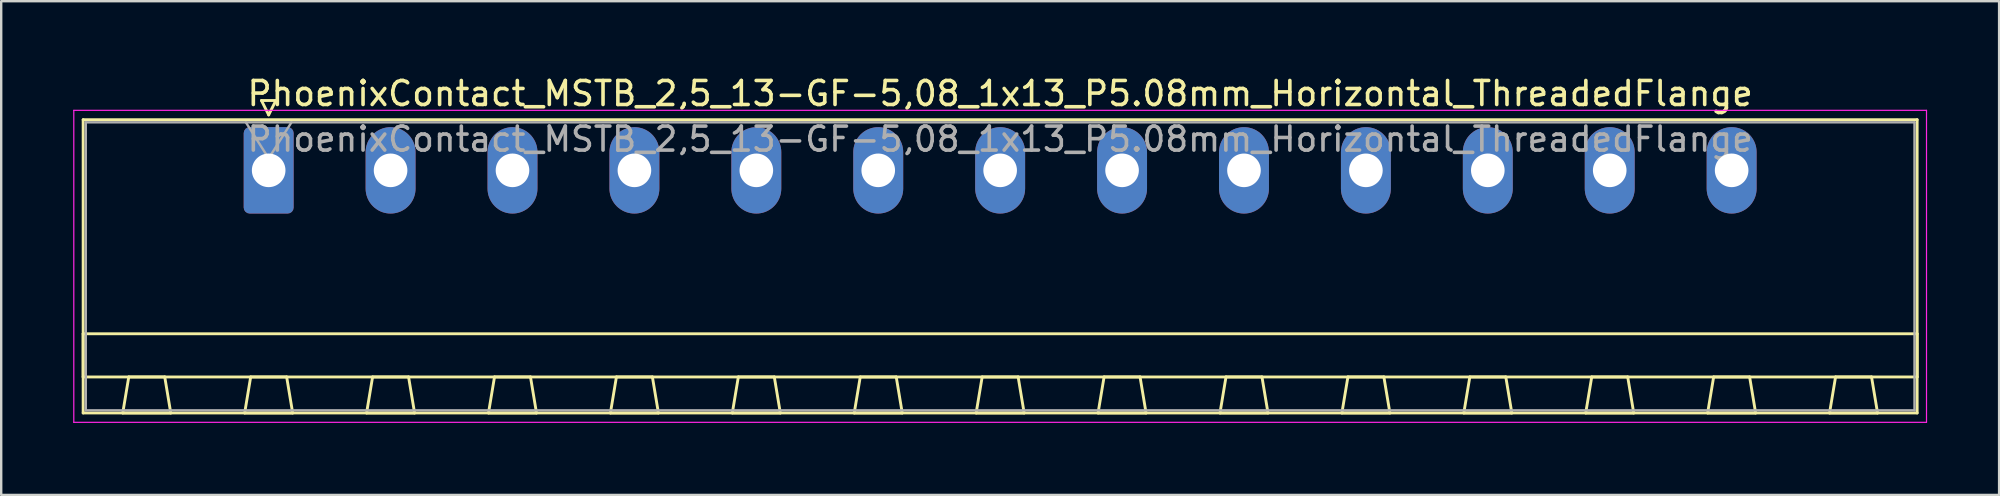
<source format=kicad_pcb>
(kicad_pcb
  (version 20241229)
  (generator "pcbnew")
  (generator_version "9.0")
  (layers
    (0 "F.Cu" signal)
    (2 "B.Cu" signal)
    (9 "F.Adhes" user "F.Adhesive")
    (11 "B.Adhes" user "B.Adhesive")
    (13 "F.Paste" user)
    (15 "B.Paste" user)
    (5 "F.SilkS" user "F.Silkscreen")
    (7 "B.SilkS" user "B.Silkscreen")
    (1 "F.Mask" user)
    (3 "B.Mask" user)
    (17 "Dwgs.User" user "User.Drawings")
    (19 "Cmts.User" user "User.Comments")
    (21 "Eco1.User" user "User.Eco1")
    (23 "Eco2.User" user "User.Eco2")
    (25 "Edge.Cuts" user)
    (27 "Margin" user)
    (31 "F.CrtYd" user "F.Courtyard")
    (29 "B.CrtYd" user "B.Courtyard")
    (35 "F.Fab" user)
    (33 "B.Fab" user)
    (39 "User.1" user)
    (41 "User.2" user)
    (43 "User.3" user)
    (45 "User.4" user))
  (footprint "PhoenixContact_MSTB_2,5_13-GF-5,08_1x13_P5.08mm_Horizontal_ThreadedFlange"
    (layer "F.Cu")
    (at 8.145 4.048)
    (property "Reference" "PhoenixContact_MSTB_2,5_13-GF-5,08_1x13_P5.08mm_Horizontal_ThreadedFlange" (at 30.48 -3.2 0) (layer "F.SilkS") (effects (font (size 1 1) (thickness 0.15))))
    (attr through_hole)
    (fp_line (start -7.73 -2.11) (end -7.73 10.11) (stroke (width 0.12) (type solid)) (layer "F.SilkS"))
    (fp_line (start -7.73 6.81) (end 68.69 6.81) (stroke (width 0.12) (type solid)) (layer "F.SilkS"))
    (fp_line (start -7.73 8.61) (end -7.73 6.81) (stroke (width 0.12) (type solid)) (layer "F.SilkS"))
    (fp_line (start -7.73 10.11) (end 68.69 10.11) (stroke (width 0.12) (type solid)) (layer "F.SilkS"))
    (fp_line (start -6.08 10.11) (end -4.08 10.11) (stroke (width 0.12) (type solid)) (layer "F.SilkS"))
    (fp_line (start -5.83 8.61) (end -6.08 10.11) (stroke (width 0.12) (type solid)) (layer "F.SilkS"))
    (fp_line (start -4.33 8.61) (end -5.83 8.61) (stroke (width 0.12) (type solid)) (layer "F.SilkS"))
    (fp_line (start -4.08 10.11) (end -4.33 8.61) (stroke (width 0.12) (type solid)) (layer "F.SilkS"))
    (fp_line (start -1 10.11) (end 1 10.11) (stroke (width 0.12) (type solid)) (layer "F.SilkS"))
    (fp_line (start -0.75 8.61) (end -1 10.11) (stroke (width 0.12) (type solid)) (layer "F.SilkS"))
    (fp_line (start -0.3 -2.91) (end 0.3 -2.91) (stroke (width 0.12) (type solid)) (layer "F.SilkS"))
    (fp_line (start 0 -2.31) (end -0.3 -2.91) (stroke (width 0.12) (type solid)) (layer "F.SilkS"))
    (fp_line (start 0.3 -2.91) (end 0 -2.31) (stroke (width 0.12) (type solid)) (layer "F.SilkS"))
    (fp_line (start 0.75 8.61) (end -0.75 8.61) (stroke (width 0.12) (type solid)) (layer "F.SilkS"))
    (fp_line (start 1 10.11) (end 0.75 8.61) (stroke (width 0.12) (type solid)) (layer "F.SilkS"))
    (fp_line (start 4.08 10.11) (end 6.08 10.11) (stroke (width 0.12) (type solid)) (layer "F.SilkS"))
    (fp_line (start 4.33 8.61) (end 4.08 10.11) (stroke (width 0.12) (type solid)) (layer "F.SilkS"))
    (fp_line (start 5.83 8.61) (end 4.33 8.61) (stroke (width 0.12) (type solid)) (layer "F.SilkS"))
    (fp_line (start 6.08 10.11) (end 5.83 8.61) (stroke (width 0.12) (type solid)) (layer "F.SilkS"))
    (fp_line (start 9.16 10.11) (end 11.16 10.11) (stroke (width 0.12) (type solid)) (layer "F.SilkS"))
    (fp_line (start 9.41 8.61) (end 9.16 10.11) (stroke (width 0.12) (type solid)) (layer "F.SilkS"))
    (fp_line (start 10.91 8.61) (end 9.41 8.61) (stroke (width 0.12) (type solid)) (layer "F.SilkS"))
    (fp_line (start 11.16 10.11) (end 10.91 8.61) (stroke (width 0.12) (type solid)) (layer "F.SilkS"))
    (fp_line (start 14.24 10.11) (end 16.24 10.11) (stroke (width 0.12) (type solid)) (layer "F.SilkS"))
    (fp_line (start 14.49 8.61) (end 14.24 10.11) (stroke (width 0.12) (type solid)) (layer "F.SilkS"))
    (fp_line (start 15.99 8.61) (end 14.49 8.61) (stroke (width 0.12) (type solid)) (layer "F.SilkS"))
    (fp_line (start 16.24 10.11) (end 15.99 8.61) (stroke (width 0.12) (type solid)) (layer "F.SilkS"))
    (fp_line (start 19.32 10.11) (end 21.32 10.11) (stroke (width 0.12) (type solid)) (layer "F.SilkS"))
    (fp_line (start 19.57 8.61) (end 19.32 10.11) (stroke (width 0.12) (type solid)) (layer "F.SilkS"))
    (fp_line (start 21.07 8.61) (end 19.57 8.61) (stroke (width 0.12) (type solid)) (layer "F.SilkS"))
    (fp_line (start 21.32 10.11) (end 21.07 8.61) (stroke (width 0.12) (type solid)) (layer "F.SilkS"))
    (fp_line (start 24.4 10.11) (end 26.4 10.11) (stroke (width 0.12) (type solid)) (layer "F.SilkS"))
    (fp_line (start 24.65 8.61) (end 24.4 10.11) (stroke (width 0.12) (type solid)) (layer "F.SilkS"))
    (fp_line (start 26.15 8.61) (end 24.65 8.61) (stroke (width 0.12) (type solid)) (layer "F.SilkS"))
    (fp_line (start 26.4 10.11) (end 26.15 8.61) (stroke (width 0.12) (type solid)) (layer "F.SilkS"))
    (fp_line (start 29.48 10.11) (end 31.48 10.11) (stroke (width 0.12) (type solid)) (layer "F.SilkS"))
    (fp_line (start 29.73 8.61) (end 29.48 10.11) (stroke (width 0.12) (type solid)) (layer "F.SilkS"))
    (fp_line (start 31.23 8.61) (end 29.73 8.61) (stroke (width 0.12) (type solid)) (layer "F.SilkS"))
    (fp_line (start 31.48 10.11) (end 31.23 8.61) (stroke (width 0.12) (type solid)) (layer "F.SilkS"))
    (fp_line (start 34.56 10.11) (end 36.56 10.11) (stroke (width 0.12) (type solid)) (layer "F.SilkS"))
    (fp_line (start 34.81 8.61) (end 34.56 10.11) (stroke (width 0.12) (type solid)) (layer "F.SilkS"))
    (fp_line (start 36.31 8.61) (end 34.81 8.61) (stroke (width 0.12) (type solid)) (layer "F.SilkS"))
    (fp_line (start 36.56 10.11) (end 36.31 8.61) (stroke (width 0.12) (type solid)) (layer "F.SilkS"))
    (fp_line (start 39.64 10.11) (end 41.64 10.11) (stroke (width 0.12) (type solid)) (layer "F.SilkS"))
    (fp_line (start 39.89 8.61) (end 39.64 10.11) (stroke (width 0.12) (type solid)) (layer "F.SilkS"))
    (fp_line (start 41.39 8.61) (end 39.89 8.61) (stroke (width 0.12) (type solid)) (layer "F.SilkS"))
    (fp_line (start 41.64 10.11) (end 41.39 8.61) (stroke (width 0.12) (type solid)) (layer "F.SilkS"))
    (fp_line (start 44.72 10.11) (end 46.72 10.11) (stroke (width 0.12) (type solid)) (layer "F.SilkS"))
    (fp_line (start 44.97 8.61) (end 44.72 10.11) (stroke (width 0.12) (type solid)) (layer "F.SilkS"))
    (fp_line (start 46.47 8.61) (end 44.97 8.61) (stroke (width 0.12) (type solid)) (layer "F.SilkS"))
    (fp_line (start 46.72 10.11) (end 46.47 8.61) (stroke (width 0.12) (type solid)) (layer "F.SilkS"))
    (fp_line (start 49.8 10.11) (end 51.8 10.11) (stroke (width 0.12) (type solid)) (layer "F.SilkS"))
    (fp_line (start 50.05 8.61) (end 49.8 10.11) (stroke (width 0.12) (type solid)) (layer "F.SilkS"))
    (fp_line (start 51.55 8.61) (end 50.05 8.61) (stroke (width 0.12) (type solid)) (layer "F.SilkS"))
    (fp_line (start 51.8 10.11) (end 51.55 8.61) (stroke (width 0.12) (type solid)) (layer "F.SilkS"))
    (fp_line (start 54.88 10.11) (end 56.88 10.11) (stroke (width 0.12) (type solid)) (layer "F.SilkS"))
    (fp_line (start 55.13 8.61) (end 54.88 10.11) (stroke (width 0.12) (type solid)) (layer "F.SilkS"))
    (fp_line (start 56.63 8.61) (end 55.13 8.61) (stroke (width 0.12) (type solid)) (layer "F.SilkS"))
    (fp_line (start 56.88 10.11) (end 56.63 8.61) (stroke (width 0.12) (type solid)) (layer "F.SilkS"))
    (fp_line (start 59.96 10.11) (end 61.96 10.11) (stroke (width 0.12) (type solid)) (layer "F.SilkS"))
    (fp_line (start 60.21 8.61) (end 59.96 10.11) (stroke (width 0.12) (type solid)) (layer "F.SilkS"))
    (fp_line (start 61.71 8.61) (end 60.21 8.61) (stroke (width 0.12) (type solid)) (layer "F.SilkS"))
    (fp_line (start 61.96 10.11) (end 61.71 8.61) (stroke (width 0.12) (type solid)) (layer "F.SilkS"))
    (fp_line (start 65.04 10.11) (end 67.04 10.11) (stroke (width 0.12) (type solid)) (layer "F.SilkS"))
    (fp_line (start 65.29 8.61) (end 65.04 10.11) (stroke (width 0.12) (type solid)) (layer "F.SilkS"))
    (fp_line (start 66.79 8.61) (end 65.29 8.61) (stroke (width 0.12) (type solid)) (layer "F.SilkS"))
    (fp_line (start 67.04 10.11) (end 66.79 8.61) (stroke (width 0.12) (type solid)) (layer "F.SilkS"))
    (fp_line (start 68.69 -2.11) (end -7.73 -2.11) (stroke (width 0.12) (type solid)) (layer "F.SilkS"))
    (fp_line (start 68.69 6.81) (end 68.69 8.61) (stroke (width 0.12) (type solid)) (layer "F.SilkS"))
    (fp_line (start 68.69 8.61) (end -7.73 8.61) (stroke (width 0.12) (type solid)) (layer "F.SilkS"))
    (fp_line (start 68.69 10.11) (end 68.69 -2.11) (stroke (width 0.12) (type solid)) (layer "F.SilkS"))
    (fp_line (start -8.12 -2.5) (end -8.12 10.5) (stroke (width 0.05) (type solid)) (layer "F.CrtYd"))
    (fp_line (start -8.12 10.5) (end 69.08 10.5) (stroke (width 0.05) (type solid)) (layer "F.CrtYd"))
    (fp_line (start 69.08 -2.5) (end -8.12 -2.5) (stroke (width 0.05) (type solid)) (layer "F.CrtYd"))
    (fp_line (start 69.08 10.5) (end 69.08 -2.5) (stroke (width 0.05) (type solid)) (layer "F.CrtYd"))
    (fp_line (start -7.62 -2) (end -7.62 10) (stroke (width 0.1) (type solid)) (layer "F.Fab"))
    (fp_line (start -7.62 10) (end 68.58 10) (stroke (width 0.1) (type solid)) (layer "F.Fab"))
    (fp_line (start 0 -0.5) (end -0.95 -2) (stroke (width 0.1) (type solid)) (layer "F.Fab"))
    (fp_line (start 0.95 -2) (end 0 -0.5) (stroke (width 0.1) (type solid)) (layer "F.Fab"))
    (fp_line (start 68.58 -2) (end -7.62 -2) (stroke (width 0.1) (type solid)) (layer "F.Fab"))
    (fp_line (start 68.58 10) (end 68.58 -2) (stroke (width 0.1) (type solid)) (layer "F.Fab"))
    (fp_text user "${REFERENCE}" (at 30.48 -1.3 0) (layer "F.Fab") (effects (font (size 1 1) (thickness 0.15))))
    (pad "1" thru_hole roundrect (at 0 0) (size 2.08 3.6) (drill 1.4) (layers "*.Cu" "*.Mask") (roundrect_rratio 0.12))
    (pad "2" thru_hole oval (at 5.08 0) (size 2.08 3.6) (drill 1.4) (layers "*.Cu" "*.Mask"))
    (pad "3" thru_hole oval (at 10.16 0) (size 2.08 3.6) (drill 1.4) (layers "*.Cu" "*.Mask"))
    (pad "4" thru_hole oval (at 15.24 0) (size 2.08 3.6) (drill 1.4) (layers "*.Cu" "*.Mask"))
    (pad "5" thru_hole oval (at 20.32 0) (size 2.08 3.6) (drill 1.4) (layers "*.Cu" "*.Mask"))
    (pad "6" thru_hole oval (at 25.4 0) (size 2.08 3.6) (drill 1.4) (layers "*.Cu" "*.Mask"))
    (pad "7" thru_hole oval (at 30.48 0) (size 2.08 3.6) (drill 1.4) (layers "*.Cu" "*.Mask"))
    (pad "8" thru_hole oval (at 35.56 0) (size 2.08 3.6) (drill 1.4) (layers "*.Cu" "*.Mask"))
    (pad "9" thru_hole oval (at 40.64 0) (size 2.08 3.6) (drill 1.4) (layers "*.Cu" "*.Mask"))
    (pad "10" thru_hole oval (at 45.72 0) (size 2.08 3.6) (drill 1.4) (layers "*.Cu" "*.Mask"))
    (pad "11" thru_hole oval (at 50.8 0) (size 2.08 3.6) (drill 1.4) (layers "*.Cu" "*.Mask"))
    (pad "12" thru_hole oval (at 55.88 0) (size 2.08 3.6) (drill 1.4) (layers "*.Cu" "*.Mask"))
    (pad "13" thru_hole oval (at 60.96 0) (size 2.08 3.6) (drill 1.4) (layers "*.Cu" "*.Mask")))
  (gr_rect
    (start -3 -3)
    (end 80.25 17.573)
    (stroke (width 0.1) (type default))
    (fill no)
    (layer "Edge.Cuts")))
</source>
